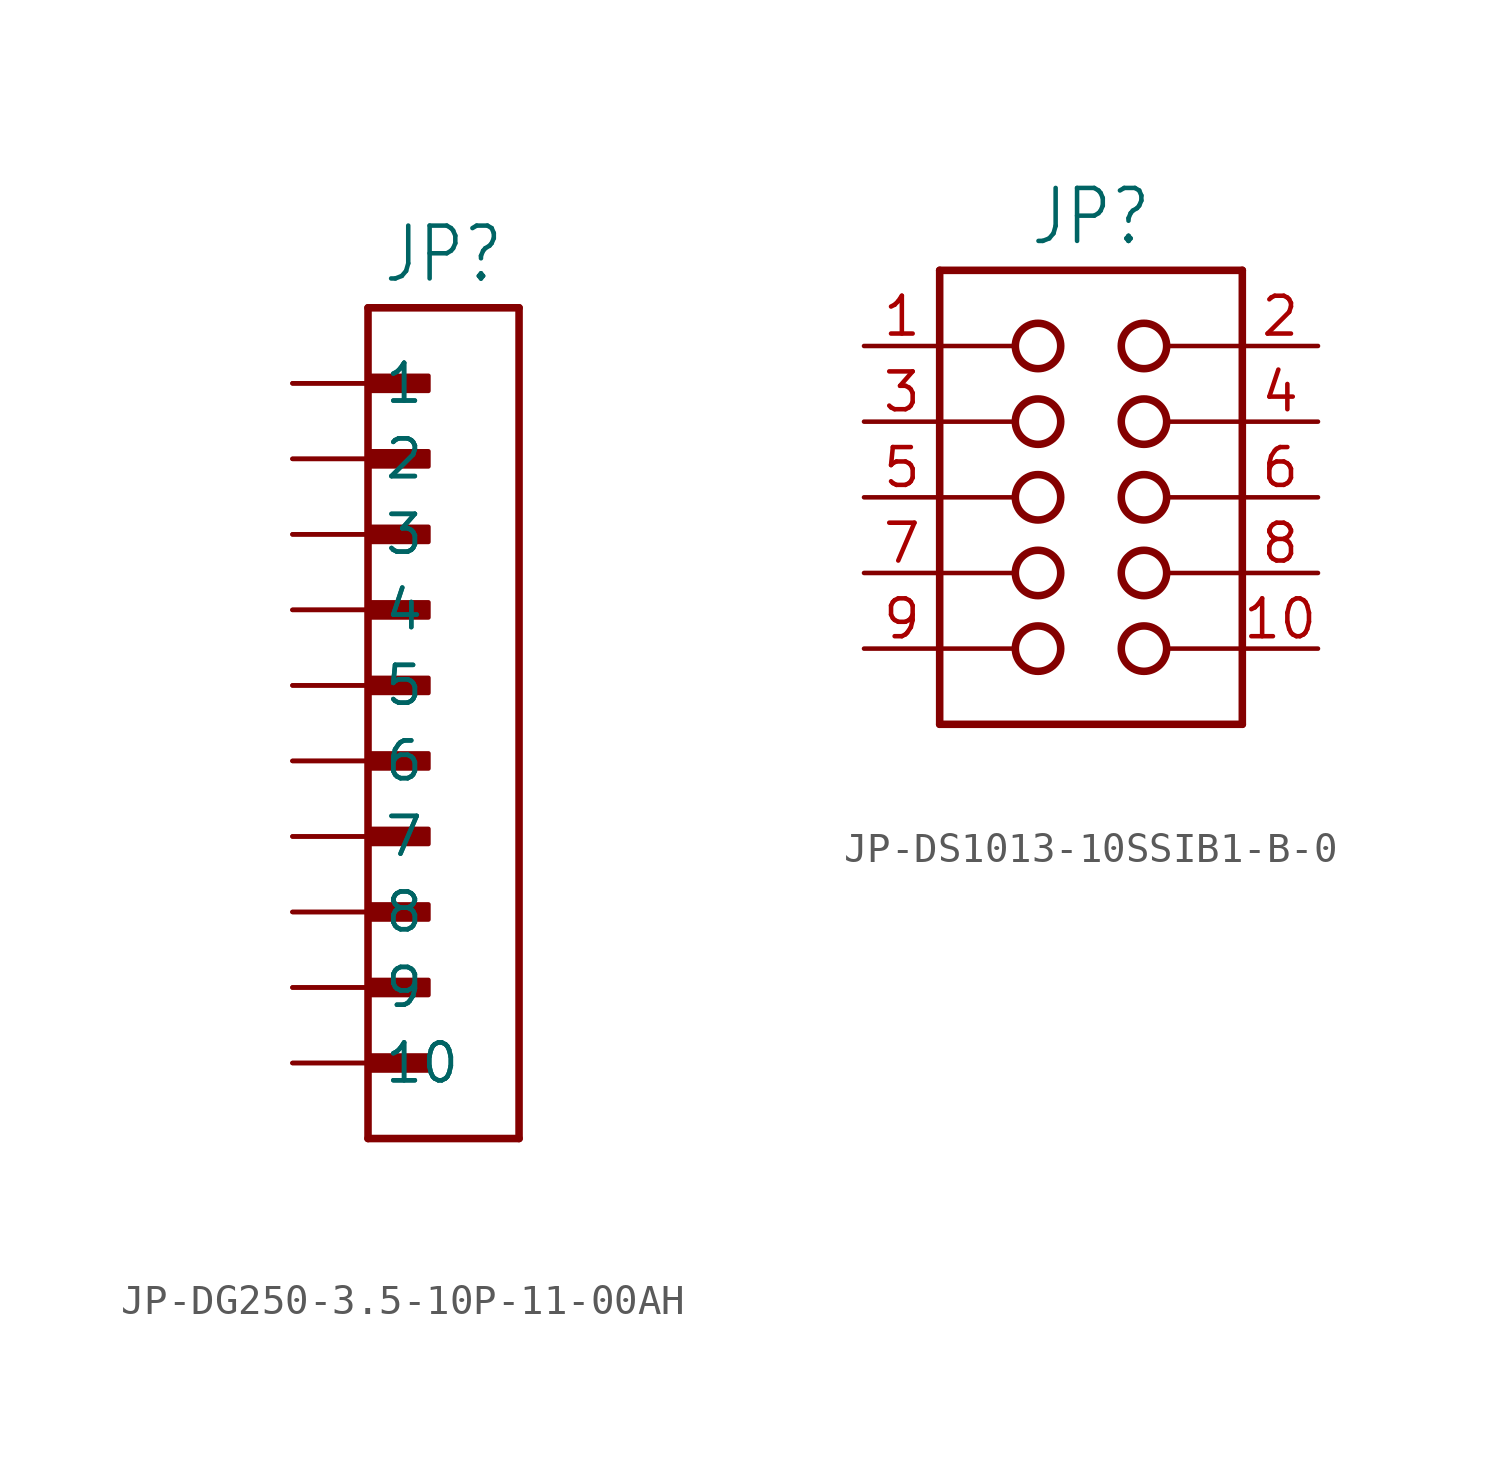
<source format=kicad_sym>
(kicad_symbol_lib
  (version 20231120)
  (generator "kicad_symbol_editor")
  (generator_version "8.0")
  (symbol "JP-DG250-3.5-10P-11-00AH"
    (property "Reference" "JP"
      (at 0 13.462 0)
      (effects (font (size 1.778 1.511)) (justify bottom)))
    (property "Value" ""
      (at 0 -16.002 0)
      (effects (font (size 1.778 1.511)) (justify top)))
    (property "ki_locked" ""
      (at 0 0 0)
      (effects (font (size 1.27 1.27))))
    (symbol "JP-DG250-3.5-10P-11-00AH_1_0"
      (rectangle (start -2.54 -12.954) (end -0.508 -12.446) (stroke (width 0) (type default)) (fill (type outline)))
      (rectangle (start -2.54 -10.414) (end -0.508 -9.906) (stroke (width 0) (type default)) (fill (type outline)))
      (rectangle (start -2.54 -7.874) (end -0.508 -7.366) (stroke (width 0) (type default)) (fill (type outline)))
      (rectangle (start -2.54 -5.334) (end -0.508 -4.826) (stroke (width 0) (type default)) (fill (type outline)))
      (rectangle (start -2.54 -2.794) (end -0.508 -2.286) (stroke (width 0) (type default)) (fill (type outline)))
      (rectangle (start -2.54 -0.254) (end -0.508 0.254) (stroke (width 0) (type default)) (fill (type outline)))
      (rectangle (start -2.54 2.286) (end -0.508 2.794) (stroke (width 0) (type default)) (fill (type outline)))
      (rectangle (start -2.54 4.826) (end -0.508 5.334) (stroke (width 0) (type default)) (fill (type outline)))
      (rectangle (start -2.54 7.366) (end -0.508 7.874) (stroke (width 0) (type default)) (fill (type outline)))
      (rectangle (start -2.54 9.906) (end -0.508 10.414) (stroke (width 0) (type default)) (fill (type outline)))
      (polyline (pts (xy -2.54 -15.24) (xy -2.54 12.7)) (stroke (width 0.254) (type solid)) (fill (type none)))
      (polyline (pts (xy -2.54 12.7) (xy 2.54 12.7)) (stroke (width 0.254) (type solid)) (fill (type none)))
      (polyline (pts (xy 2.54 -15.24) (xy -2.54 -15.24)) (stroke (width 0.254) (type solid)) (fill (type none)))
      (polyline (pts (xy 2.54 12.7) (xy 2.54 -15.24)) (stroke (width 0.254) (type solid)) (fill (type none)))
      (pin passive line (at -5.08 -12.7 0) (length 2.54) (name "10" (effects (font (size 1.27 1.27)))) (number "10A" (effects (font (size 0 0)))))
      (pin passive line (at -5.08 -12.7 0) (length 2.54) (name "10" (effects (font (size 1.27 1.27)))) (number "10B" (effects (font (size 0 0)))))
      (pin passive line (at -5.08 10.16 0) (length 2.54) (name "1" (effects (font (size 1.27 1.27)))) (number "1A" (effects (font (size 0 0)))))
      (pin passive line (at -5.08 10.16 0) (length 2.54) (name "1" (effects (font (size 1.27 1.27)))) (number "1B" (effects (font (size 0 0)))))
      (pin passive line (at -5.08 7.62 0) (length 2.54) (name "2" (effects (font (size 1.27 1.27)))) (number "2A" (effects (font (size 0 0)))))
      (pin passive line (at -5.08 7.62 0) (length 2.54) (name "2" (effects (font (size 1.27 1.27)))) (number "2B" (effects (font (size 0 0)))))
      (pin passive line (at -5.08 5.08 0) (length 2.54) (name "3" (effects (font (size 1.27 1.27)))) (number "3A" (effects (font (size 0 0)))))
      (pin passive line (at -5.08 5.08 0) (length 2.54) (name "3" (effects (font (size 1.27 1.27)))) (number "3B" (effects (font (size 0 0)))))
      (pin passive line (at -5.08 2.54 0) (length 2.54) (name "4" (effects (font (size 1.27 1.27)))) (number "4A" (effects (font (size 0 0)))))
      (pin passive line (at -5.08 2.54 0) (length 2.54) (name "4" (effects (font (size 1.27 1.27)))) (number "4B" (effects (font (size 0 0)))))
      (pin passive line (at -5.08 0 0) (length 2.54) (name "5" (effects (font (size 1.27 1.27)))) (number "5A" (effects (font (size 0 0)))))
      (pin passive line (at -5.08 0 0) (length 2.54) (name "5" (effects (font (size 1.27 1.27)))) (number "5B" (effects (font (size 0 0)))))
      (pin passive line (at -5.08 -2.54 0) (length 2.54) (name "6" (effects (font (size 1.27 1.27)))) (number "6A" (effects (font (size 0 0)))))
      (pin passive line (at -5.08 -2.54 0) (length 2.54) (name "6" (effects (font (size 1.27 1.27)))) (number "6B" (effects (font (size 0 0)))))
      (pin passive line (at -5.08 -5.08 0) (length 2.54) (name "7" (effects (font (size 1.27 1.27)))) (number "7A" (effects (font (size 0 0)))))
      (pin passive line (at -5.08 -5.08 0) (length 2.54) (name "7" (effects (font (size 1.27 1.27)))) (number "7B" (effects (font (size 0 0)))))
      (pin passive line (at -5.08 -7.62 0) (length 2.54) (name "8" (effects (font (size 1.27 1.27)))) (number "8A" (effects (font (size 0 0)))))
      (pin passive line (at -5.08 -7.62 0) (length 2.54) (name "8" (effects (font (size 1.27 1.27)))) (number "8B" (effects (font (size 0 0)))))
      (pin passive line (at -5.08 -10.16 0) (length 2.54) (name "9" (effects (font (size 1.27 1.27)))) (number "9A" (effects (font (size 0 0)))))
      (pin passive line (at -5.08 -10.16 0) (length 2.54) (name "9" (effects (font (size 1.27 1.27)))) (number "9B" (effects (font (size 0 0)))))))
  (symbol "JP-DS1013-10SSIB1-B-0"
    (property "Reference" "JP"
      (at 0 8.382 0)
      (effects (font (size 1.778 1.511)) (justify bottom)))
    (property "Value" ""
      (at 0 -8.382 0)
      (effects (font (size 1.778 1.511)) (justify top)))
    (property "ki_locked" ""
      (at 0 0 0)
      (effects (font (size 1.27 1.27))))
    (symbol "JP-DS1013-10SSIB1-B-0_1_0"
      (circle (center -1.778 -5.08) (radius 0.762) (stroke (width 0.254) (type solid)) (fill (type none)))
      (circle (center -1.778 -2.54) (radius 0.762) (stroke (width 0.254) (type solid)) (fill (type none)))
      (circle (center -1.778 0) (radius 0.762) (stroke (width 0.254) (type solid)) (fill (type none)))
      (circle (center -1.778 2.54) (radius 0.762) (stroke (width 0.254) (type solid)) (fill (type none)))
      (circle (center -1.778 5.08) (radius 0.762) (stroke (width 0.254) (type solid)) (fill (type none)))
      (polyline (pts (xy -5.08 -7.62) (xy -5.08 -5.08)) (stroke (width 0.254) (type solid)) (fill (type none)))
      (polyline (pts (xy -5.08 -5.08) (xy -5.08 -2.54)) (stroke (width 0.254) (type solid)) (fill (type none)))
      (polyline (pts (xy -5.08 -5.08) (xy -2.54 -5.08)) (stroke (width 0.152) (type solid)) (fill (type none)))
      (polyline (pts (xy -5.08 -2.54) (xy -5.08 0)) (stroke (width 0.254) (type solid)) (fill (type none)))
      (polyline (pts (xy -5.08 -2.54) (xy -2.54 -2.54)) (stroke (width 0.152) (type solid)) (fill (type none)))
      (polyline (pts (xy -5.08 0) (xy -5.08 2.54)) (stroke (width 0.254) (type solid)) (fill (type none)))
      (polyline (pts (xy -5.08 0) (xy -2.54 0)) (stroke (width 0.152) (type solid)) (fill (type none)))
      (polyline (pts (xy -5.08 2.54) (xy -5.08 5.08)) (stroke (width 0.254) (type solid)) (fill (type none)))
      (polyline (pts (xy -5.08 2.54) (xy -2.54 2.54)) (stroke (width 0.152) (type solid)) (fill (type none)))
      (polyline (pts (xy -5.08 5.08) (xy -5.08 7.62)) (stroke (width 0.254) (type solid)) (fill (type none)))
      (polyline (pts (xy -5.08 5.08) (xy -2.54 5.08)) (stroke (width 0.152) (type solid)) (fill (type none)))
      (polyline (pts (xy -5.08 7.62) (xy 5.08 7.62)) (stroke (width 0.254) (type solid)) (fill (type none)))
      (polyline (pts (xy 2.54 -5.08) (xy 5.08 -5.08)) (stroke (width 0.152) (type solid)) (fill (type none)))
      (polyline (pts (xy 2.54 -2.54) (xy 5.08 -2.54)) (stroke (width 0.152) (type solid)) (fill (type none)))
      (polyline (pts (xy 2.54 0) (xy 5.08 0)) (stroke (width 0.152) (type solid)) (fill (type none)))
      (polyline (pts (xy 2.54 2.54) (xy 5.08 2.54)) (stroke (width 0.152) (type solid)) (fill (type none)))
      (polyline (pts (xy 2.54 5.08) (xy 5.08 5.08)) (stroke (width 0.152) (type solid)) (fill (type none)))
      (polyline (pts (xy 5.08 -7.62) (xy -5.08 -7.62)) (stroke (width 0.254) (type solid)) (fill (type none)))
      (polyline (pts (xy 5.08 -5.08) (xy 5.08 -7.62)) (stroke (width 0.254) (type solid)) (fill (type none)))
      (polyline (pts (xy 5.08 -2.54) (xy 5.08 -5.08)) (stroke (width 0.254) (type solid)) (fill (type none)))
      (polyline (pts (xy 5.08 0) (xy 5.08 -2.54)) (stroke (width 0.254) (type solid)) (fill (type none)))
      (polyline (pts (xy 5.08 2.54) (xy 5.08 0)) (stroke (width 0.254) (type solid)) (fill (type none)))
      (polyline (pts (xy 5.08 5.08) (xy 5.08 2.54)) (stroke (width 0.254) (type solid)) (fill (type none)))
      (polyline (pts (xy 5.08 7.62) (xy 5.08 5.08)) (stroke (width 0.254) (type solid)) (fill (type none)))
      (circle (center 1.778 -5.08) (radius 0.762) (stroke (width 0.254) (type solid)) (fill (type none)))
      (circle (center 1.778 -2.54) (radius 0.762) (stroke (width 0.254) (type solid)) (fill (type none)))
      (circle (center 1.778 0) (radius 0.762) (stroke (width 0.254) (type solid)) (fill (type none)))
      (circle (center 1.778 2.54) (radius 0.762) (stroke (width 0.254) (type solid)) (fill (type none)))
      (circle (center 1.778 5.08) (radius 0.762) (stroke (width 0.254) (type solid)) (fill (type none)))
      (pin passive line (at -7.62 5.08 0) (length 2.54) (name "1" (effects (font (size 0 0)))) (number "1" (effects (font (size 1.27 1.27)))))
      (pin passive line (at 7.62 -5.08 180) (length 2.54) (name "10" (effects (font (size 0 0)))) (number "10" (effects (font (size 1.27 1.27)))))
      (pin passive line (at 7.62 5.08 180) (length 2.54) (name "2" (effects (font (size 0 0)))) (number "2" (effects (font (size 1.27 1.27)))))
      (pin passive line (at -7.62 2.54 0) (length 2.54) (name "3" (effects (font (size 0 0)))) (number "3" (effects (font (size 1.27 1.27)))))
      (pin passive line (at 7.62 2.54 180) (length 2.54) (name "4" (effects (font (size 0 0)))) (number "4" (effects (font (size 1.27 1.27)))))
      (pin passive line (at -7.62 0 0) (length 2.54) (name "5" (effects (font (size 0 0)))) (number "5" (effects (font (size 1.27 1.27)))))
      (pin passive line (at 7.62 0 180) (length 2.54) (name "6" (effects (font (size 0 0)))) (number "6" (effects (font (size 1.27 1.27)))))
      (pin passive line (at -7.62 -2.54 0) (length 2.54) (name "7" (effects (font (size 0 0)))) (number "7" (effects (font (size 1.27 1.27)))))
      (pin passive line (at 7.62 -2.54 180) (length 2.54) (name "8" (effects (font (size 0 0)))) (number "8" (effects (font (size 1.27 1.27)))))
      (pin passive line (at -7.62 -5.08 0) (length 2.54) (name "9" (effects (font (size 0 0)))) (number "9" (effects (font (size 1.27 1.27))))))))
</source>
